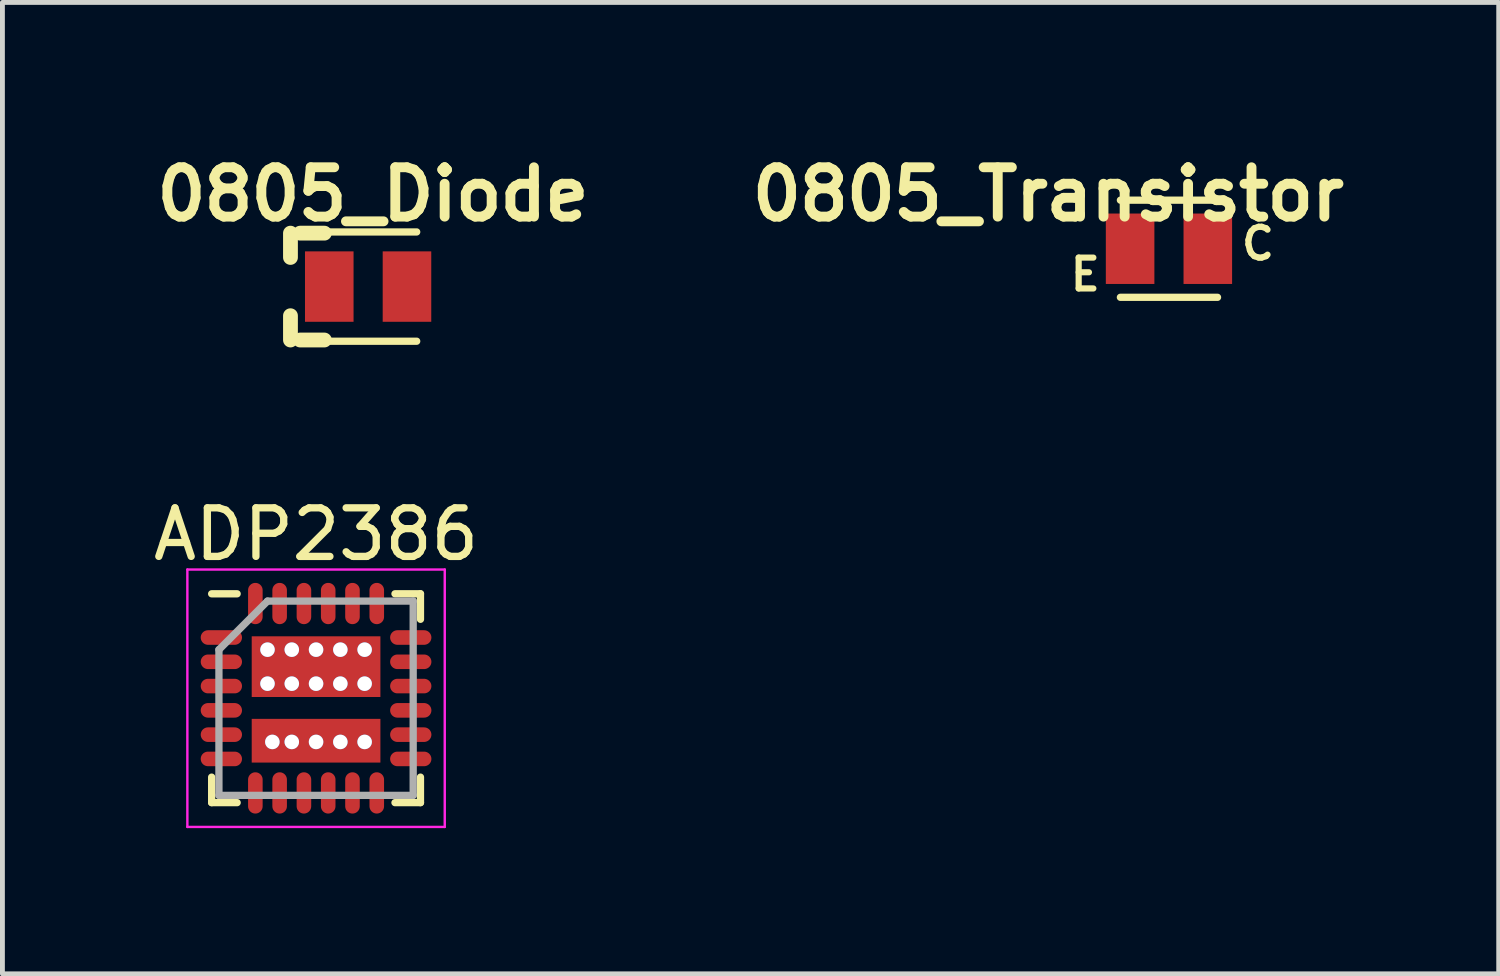
<source format=kicad_pcb>
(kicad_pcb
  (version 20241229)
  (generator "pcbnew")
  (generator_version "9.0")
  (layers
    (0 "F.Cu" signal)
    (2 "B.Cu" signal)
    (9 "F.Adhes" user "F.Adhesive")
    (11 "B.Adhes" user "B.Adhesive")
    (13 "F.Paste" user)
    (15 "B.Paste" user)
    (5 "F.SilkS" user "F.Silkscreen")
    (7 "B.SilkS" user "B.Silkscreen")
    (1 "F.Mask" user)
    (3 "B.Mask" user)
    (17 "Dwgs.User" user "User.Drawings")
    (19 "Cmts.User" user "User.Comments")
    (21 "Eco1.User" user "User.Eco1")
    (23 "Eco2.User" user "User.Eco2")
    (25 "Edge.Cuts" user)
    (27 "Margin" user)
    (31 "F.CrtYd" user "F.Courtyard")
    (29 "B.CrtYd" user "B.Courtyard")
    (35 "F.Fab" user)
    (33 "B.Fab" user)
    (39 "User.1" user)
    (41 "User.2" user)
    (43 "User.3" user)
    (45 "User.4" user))
  (footprint "0805_Transistor"
    (layer "F.Cu")
    (at 21.02 2.072)
    (property "Reference" "0805_Transistor" (at -2.485 -1.121 0) (layer "F.SilkS") (effects (font (size 1.016 1.016) (thickness 0.203))))
    (attr smd)
    (fp_line (start -1 -1) (end 1 -1) (stroke (width 0.15) (type solid)) (layer "F.SilkS"))
    (fp_line (start -1 1) (end 1 1) (stroke (width 0.15) (type solid)) (layer "F.SilkS"))
    (fp_text user "C" (at 1.833 -0.105 0) (layer "F.SilkS") (effects (font (size 0.635 0.635) (thickness 0.127))))
    (fp_text user "E" (at -1.723 0.53 0) (layer "F.SilkS") (effects (font (size 0.635 0.635) (thickness 0.127))))
    (pad "C" smd rect (at 0.8 0) (size 1 1.45) (layers "F.Cu" "F.Mask" "F.Paste"))
    (pad "E" smd rect (at -0.8 0) (size 1 1.45) (layers "F.Cu" "F.Mask" "F.Paste")))
  (footprint "ADP2386"
    (layer "F.Cu")
    (at 3.458 11.327)
    (property "Reference" "ADP2386" (at 0 -3.375 0) (layer "F.SilkS") (effects (font (size 1 1) (thickness 0.15))))
    (attr smd)
    (fp_line (start -2.15 -2.15) (end -1.625 -2.15) (stroke (width 0.15) (type solid)) (layer "F.SilkS"))
    (fp_line (start -2.15 2.15) (end -2.15 1.625) (stroke (width 0.15) (type solid)) (layer "F.SilkS"))
    (fp_line (start -2.15 2.15) (end -1.625 2.15) (stroke (width 0.15) (type solid)) (layer "F.SilkS"))
    (fp_line (start 2.15 -2.15) (end 1.625 -2.15) (stroke (width 0.15) (type solid)) (layer "F.SilkS"))
    (fp_line (start 2.15 -2.15) (end 2.15 -1.625) (stroke (width 0.15) (type solid)) (layer "F.SilkS"))
    (fp_line (start 2.15 2.15) (end 1.625 2.15) (stroke (width 0.15) (type solid)) (layer "F.SilkS"))
    (fp_line (start 2.15 2.15) (end 2.15 1.625) (stroke (width 0.15) (type solid)) (layer "F.SilkS"))
    (fp_line (start -2.65 -2.65) (end -2.65 2.65) (stroke (width 0.05) (type solid)) (layer "F.CrtYd"))
    (fp_line (start -2.65 -2.65) (end 2.65 -2.65) (stroke (width 0.05) (type solid)) (layer "F.CrtYd"))
    (fp_line (start -2.65 2.65) (end 2.65 2.65) (stroke (width 0.05) (type solid)) (layer "F.CrtYd"))
    (fp_line (start 2.65 -2.65) (end 2.65 2.65) (stroke (width 0.05) (type solid)) (layer "F.CrtYd"))
    (fp_line (start -2 -1) (end -1 -2) (stroke (width 0.15) (type solid)) (layer "F.Fab"))
    (fp_line (start -2 2) (end -2 -1) (stroke (width 0.15) (type solid)) (layer "F.Fab"))
    (fp_line (start -1 -2) (end 2 -2) (stroke (width 0.15) (type solid)) (layer "F.Fab"))
    (fp_line (start 2 -2) (end 2 2) (stroke (width 0.15) (type solid)) (layer "F.Fab"))
    (fp_line (start 2 2) (end -2 2) (stroke (width 0.15) (type solid)) (layer "F.Fab"))
    (pad "1" smd oval (at -1.95 -1.25) (size 0.85 0.3) (layers "F.Cu" "F.Mask" "F.Paste"))
    (pad "2" smd oval (at -1.95 -0.75) (size 0.85 0.3) (layers "F.Cu" "F.Mask" "F.Paste"))
    (pad "3" smd oval (at -1.95 -0.25) (size 0.85 0.3) (layers "F.Cu" "F.Mask" "F.Paste"))
    (pad "15" smd oval (at 1.95 0.25) (size 0.85 0.3) (layers "F.Cu" "F.Mask" "F.Paste"))
    (pad "20" smd oval (at 0.75 -1.95 90) (size 0.85 0.3) (layers "F.Cu" "F.Mask" "F.Paste"))
    (pad "21" smd oval (at 0.25 -1.95 90) (size 0.85 0.3) (layers "F.Cu" "F.Mask" "F.Paste"))
    (pad "22" smd oval (at -0.25 -1.95 90) (size 0.85 0.3) (layers "F.Cu" "F.Mask" "F.Paste"))
    (pad "23" smd oval (at -0.75 -1.95 90) (size 0.85 0.3) (layers "F.Cu" "F.Mask" "F.Paste"))
    (pad "24" smd oval (at -1.25 -1.95 90) (size 0.85 0.3) (layers "F.Cu" "F.Mask" "F.Paste"))
    (pad "Gnd" smd oval (at -1.95 0.25) (size 0.85 0.3) (layers "F.Cu" "F.Mask" "F.Paste"))
    (pad "Gnd" thru_hole circle (at -1 -0.3) (size 0.3 0.3) (drill 0.3) (layers "*.Cu" "*.Mask"))
    (pad "Gnd" thru_hole circle (at -0.5 -1) (size 0.3 0.3) (drill 0.3) (layers "*.Cu" "*.Mask"))
    (pad "Gnd" thru_hole circle (at -0.5 -0.3) (size 0.3 0.3) (drill 0.3) (layers "*.Cu" "*.Mask"))
    (pad "Gnd" thru_hole circle (at 0 -1) (size 0.3 0.3) (drill 0.3) (layers "*.Cu" "*.Mask"))
    (pad "Gnd" smd rect (at 0 -0.65) (size 2.65 1.25) (layers "F.Cu" "F.Mask" "F.Paste"))
    (pad "Gnd" thru_hole circle (at 0 -0.3) (size 0.3 0.3) (drill 0.3) (layers "*.Cu" "*.Mask"))
    (pad "Gnd" thru_hole circle (at 0.5 -1) (size 0.3 0.3) (drill 0.3) (layers "*.Cu" "*.Mask"))
    (pad "Gnd" thru_hole circle (at 0.5 -0.3) (size 0.3 0.3) (drill 0.3) (layers "*.Cu" "*.Mask"))
    (pad "Gnd" thru_hole circle (at 1 -1) (size 0.3 0.3) (drill 0.3) (layers "*.Cu" "*.Mask"))
    (pad "Gnd" thru_hole circle (at 1 -0.3) (size 0.3 0.3) (drill 0.3) (layers "*.Cu" "*.Mask"))
    (pad "Gnd2" thru_hole circle (at -1 -1) (size 0.3 0.3) (drill 0.3) (layers "*.Cu" "*.Mask"))
    (pad "Pgnd" smd oval (at -0.75 1.95 90) (size 0.85 0.3) (layers "F.Cu" "F.Mask" "F.Paste"))
    (pad "Pgnd" smd oval (at -0.25 1.95 90) (size 0.85 0.3) (layers "F.Cu" "F.Mask" "F.Paste"))
    (pad "Pgnd" smd oval (at 0.25 1.95 90) (size 0.85 0.3) (layers "F.Cu" "F.Mask" "F.Paste"))
    (pad "Pgnd" smd oval (at 0.75 1.95 90) (size 0.85 0.3) (layers "F.Cu" "F.Mask" "F.Paste"))
    (pad "Pgnd" smd oval (at 1.25 1.95 90) (size 0.85 0.3) (layers "F.Cu" "F.Mask" "F.Paste"))
    (pad "Pgnd" smd oval (at 1.95 1.25) (size 0.85 0.3) (layers "F.Cu" "F.Mask" "F.Paste"))
    (pad "Sw" smd oval (at -1.95 0.75) (size 0.85 0.3) (layers "F.Cu" "F.Mask" "F.Paste"))
    (pad "Sw" smd oval (at -1.95 1.25) (size 0.85 0.3) (layers "F.Cu" "F.Mask" "F.Paste"))
    (pad "Sw" smd oval (at -1.25 1.95 90) (size 0.85 0.3) (layers "F.Cu" "F.Mask" "F.Paste"))
    (pad "Sw" thru_hole circle (at -0.9 0.9) (size 0.3 0.3) (drill 0.3) (layers "*.Cu" "*.Mask"))
    (pad "Sw" thru_hole circle (at -0.5 0.9) (size 0.3 0.3) (drill 0.3) (layers "*.Cu" "*.Mask"))
    (pad "Sw" smd rect (at 0 0.875) (size 2.65 0.9) (layers "F.Cu" "F.Mask" "F.Paste"))
    (pad "Sw" thru_hole circle (at 0 0.9) (size 0.3 0.3) (drill 0.3) (layers "*.Cu" "*.Mask"))
    (pad "Sw" thru_hole circle (at 0.5 0.9) (size 0.3 0.3) (drill 0.3) (layers "*.Cu" "*.Mask"))
    (pad "Sw" thru_hole circle (at 1 0.9) (size 0.3 0.3) (drill 0.3) (layers "*.Cu" "*.Mask"))
    (pad "Sw" smd oval (at 1.95 0.75) (size 0.85 0.3) (layers "F.Cu" "F.Mask" "F.Paste"))
    (pad "Vin" smd oval (at 1.25 -1.95 90) (size 0.85 0.3) (layers "F.Cu" "F.Mask" "F.Paste"))
    (pad "Vin" smd oval (at 1.95 -1.25) (size 0.85 0.3) (layers "F.Cu" "F.Mask" "F.Paste"))
    (pad "Vin" smd oval (at 1.95 -0.75) (size 0.85 0.3) (layers "F.Cu" "F.Mask" "F.Paste"))
    (pad "Vin" smd oval (at 1.95 -0.25) (size 0.85 0.3) (layers "F.Cu" "F.Mask" "F.Paste")))
  (footprint "0805_Diode"
    (layer "F.Cu")
    (at 4.53 2.851)
    (property "Reference" "0805_Diode" (at 0.1 -1.9 0) (layer "F.SilkS") (effects (font (size 1.016 1.016) (thickness 0.203))))
    (attr smd)
    (fp_line (start -1.599 -0.6) (end -1.599 -1.1) (stroke (width 0.305) (type solid)) (layer "F.SilkS"))
    (fp_line (start -1.599 0.6) (end -1.599 1.1) (stroke (width 0.305) (type solid)) (layer "F.SilkS"))
    (fp_line (start -1.399 -1.1) (end -0.901 -1.1) (stroke (width 0.305) (type solid)) (layer "F.SilkS"))
    (fp_line (start -1.399 1.1) (end -0.901 1.1) (stroke (width 0.305) (type solid)) (layer "F.SilkS"))
    (fp_line (start -1 -1.125) (end 1 -1.125) (stroke (width 0.15) (type solid)) (layer "F.SilkS"))
    (fp_line (start -1 1.125) (end 1 1.125) (stroke (width 0.15) (type solid)) (layer "F.SilkS"))
    (pad "A" smd rect (at 0.8 0) (size 1 1.45) (layers "F.Cu" "F.Mask" "F.Paste"))
    (pad "K" smd rect (at -0.8 0) (size 1 1.45) (layers "F.Cu" "F.Mask" "F.Paste")))
  (gr_rect
    (start -3 -3)
    (end 27.81 17.002)
    (stroke (width 0.1) (type default))
    (fill no)
    (layer "Edge.Cuts")))
</source>
